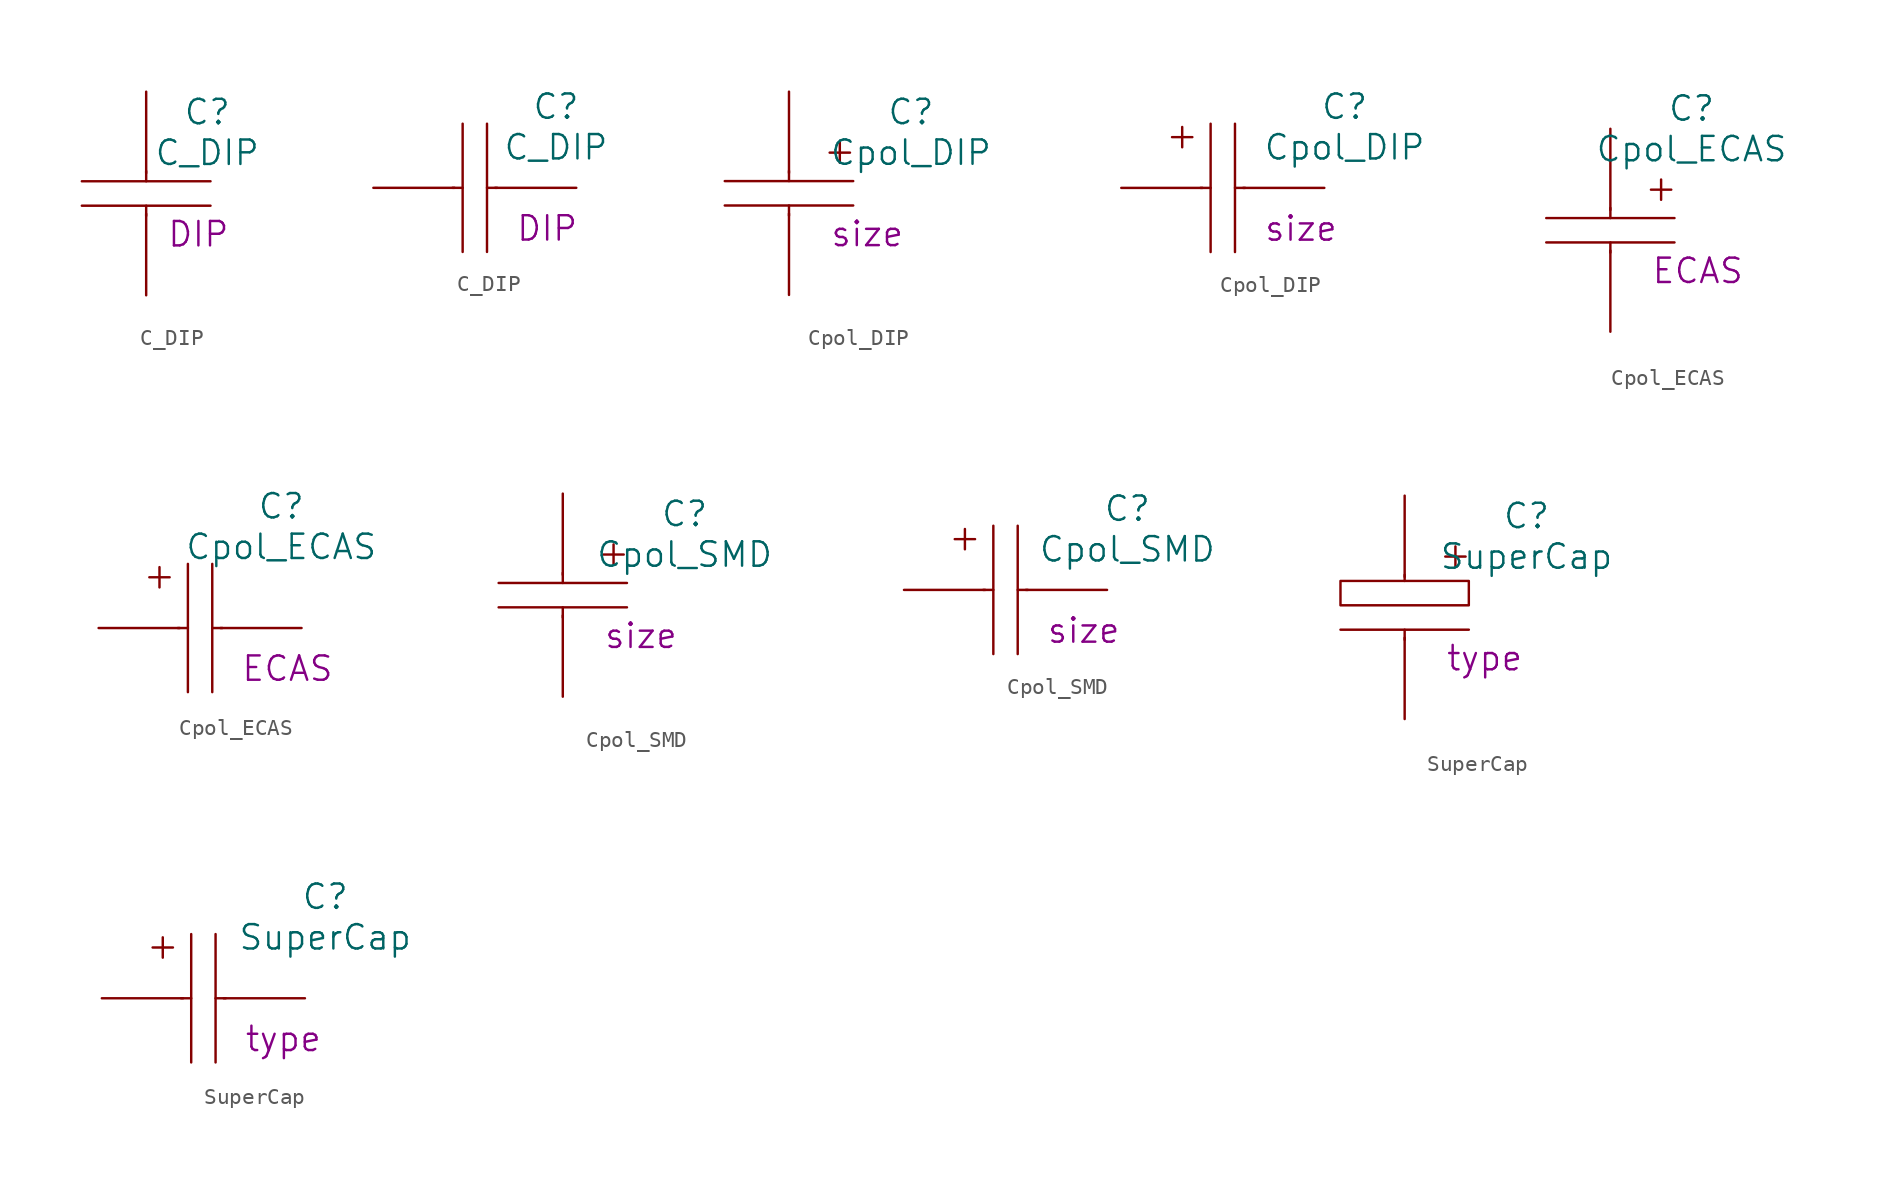
<source format=kicad_sym>
(kicad_symbol_lib
  (version 20220914)
  (generator kicad_symbol_editor)
  (symbol "C_DIP"
    (pin_numbers hide)
    (pin_names
      (offset 1.016) hide)
    (property "Reference" "C"
      (at 3.81 5.08 0)
      (effects (font (size 1.524 1.524))))
    (property "Value" "C_DIP"
      (at 3.81 2.54 0)
      (effects (font (size 1.524 1.524))))
    (property "Datasheet" ""
      (at 0 6.35 0)
      (effects (font (size 1.524 1.524))))
    (property "Size" "DIP"
      (at 1.27 -2.54 0)
      (effects (font (size 1.524 1.524)) (justify left)))
    (symbol "C_DIP_0_1"
      (polyline (pts (xy 0 -1.397) (xy 0 -0.762)) (stroke (width 0) (type solid)) (fill (type none)))
      (polyline (pts (xy 0 1.397) (xy 0 0.762)) (stroke (width 0) (type solid)) (fill (type none)))
      (polyline (pts (xy 4.013 -0.762) (xy -4.013 -0.762)) (stroke (width 0) (type solid)) (fill (type none)))
      (polyline (pts (xy 4.013 0.762) (xy -4.013 0.762)) (stroke (width 0) (type solid)) (fill (type none))))
    (symbol "C_DIP_0_2"
      (polyline (pts (xy -2.667 0) (xy -2.032 0)) (stroke (width 0) (type solid)) (fill (type none)))
      (polyline (pts (xy -2.032 4.013) (xy -2.032 -4.013)) (stroke (width 0) (type solid)) (fill (type none)))
      (polyline (pts (xy -0.508 4.013) (xy -0.508 -4.013)) (stroke (width 0) (type solid)) (fill (type none)))
      (polyline (pts (xy 0.127 0) (xy -0.508 0)) (stroke (width 0) (type solid)) (fill (type none))))
    (symbol "C_DIP_1_1"
      (pin passive line (at 0 6.35 270) (length 5.08) (name "~" (effects (font (size 1.27 1.27)))) (number "1" (effects (font (size 1.27 1.27)))))
      (pin passive line (at 0 -6.35 90) (length 5.08) (name "~" (effects (font (size 1.27 1.27)))) (number "2" (effects (font (size 1.27 1.27))))))
    (symbol "C_DIP_1_2"
      (pin passive line (at -7.62 0 0) (length 5.08) (name "~" (effects (font (size 1.27 1.27)))) (number "1" (effects (font (size 1.27 1.27)))))
      (pin passive line (at 5.08 0 180) (length 5.08) (name "~" (effects (font (size 1.27 1.27)))) (number "2" (effects (font (size 1.27 1.27)))))))
  (symbol "Cpol_DIP"
    (pin_numbers hide)
    (pin_names
      (offset 1.016) hide)
    (property "Reference" "C"
      (at 7.62 5.08 0)
      (effects (font (size 1.524 1.524))))
    (property "Value" "Cpol_DIP"
      (at 7.62 2.54 0)
      (effects (font (size 1.524 1.524))))
    (property "Datasheet" ""
      (at 0 6.35 0)
      (effects (font (size 1.524 1.524))))
    (property "Size" "size"
      (at 2.54 -2.54 0)
      (effects (font (size 1.524 1.524)) (justify left)))
    (symbol "Cpol_DIP_0_1"
      (polyline (pts (xy 0 -1.397) (xy 0 -0.762)) (stroke (width 0) (type solid)) (fill (type none)))
      (polyline (pts (xy 0 1.397) (xy 0 0.762)) (stroke (width 0) (type solid)) (fill (type none)))
      (polyline (pts (xy 3.175 1.905) (xy 3.175 3.175)) (stroke (width 0) (type solid)) (fill (type none)))
      (polyline (pts (xy 3.81 2.54) (xy 2.54 2.54)) (stroke (width 0) (type solid)) (fill (type none)))
      (polyline (pts (xy 4.013 -0.762) (xy -4.013 -0.762)) (stroke (width 0) (type solid)) (fill (type none)))
      (polyline (pts (xy 4.013 0.762) (xy -4.013 0.762)) (stroke (width 0) (type solid)) (fill (type none))))
    (symbol "Cpol_DIP_0_2"
      (polyline (pts (xy -2.54 3.81) (xy -2.54 2.54)) (stroke (width 0) (type solid)) (fill (type none)))
      (polyline (pts (xy -1.905 3.175) (xy -3.175 3.175)) (stroke (width 0) (type solid)) (fill (type none)))
      (polyline (pts (xy -1.397 0) (xy -0.762 0)) (stroke (width 0) (type solid)) (fill (type none)))
      (polyline (pts (xy -0.762 4.013) (xy -0.762 -4.013)) (stroke (width 0) (type solid)) (fill (type none)))
      (polyline (pts (xy 0.762 4.013) (xy 0.762 -4.013)) (stroke (width 0) (type solid)) (fill (type none)))
      (polyline (pts (xy 1.397 0) (xy 0.762 0)) (stroke (width 0) (type solid)) (fill (type none))))
    (symbol "Cpol_DIP_1_1"
      (pin passive line (at 0 6.35 270) (length 5.08) (name "~" (effects (font (size 1.27 1.27)))) (number "1" (effects (font (size 1.27 1.27)))))
      (pin passive line (at 0 -6.35 90) (length 5.08) (name "~" (effects (font (size 1.27 1.27)))) (number "2" (effects (font (size 1.27 1.27))))))
    (symbol "Cpol_DIP_1_2"
      (pin passive line (at -6.35 0 0) (length 5.08) (name "~" (effects (font (size 1.27 1.27)))) (number "1" (effects (font (size 1.27 1.27)))))
      (pin passive line (at 6.35 0 180) (length 5.08) (name "~" (effects (font (size 1.27 1.27)))) (number "2" (effects (font (size 1.27 1.27)))))))
  (symbol "Cpol_ECAS"
    (pin_numbers hide)
    (pin_names
      (offset 1.016) hide)
    (property "Reference" "C"
      (at 5.08 7.62 0)
      (effects (font (size 1.524 1.524))))
    (property "Value" "Cpol_ECAS"
      (at 5.08 5.08 0)
      (effects (font (size 1.524 1.524))))
    (property "Datasheet" ""
      (at 0 6.35 0)
      (effects (font (size 1.524 1.524))))
    (property "Type" "ECAS"
      (at 2.54 -2.54 0)
      (effects (font (size 1.524 1.524)) (justify left)))
    (symbol "Cpol_ECAS_0_1"
      (polyline (pts (xy 0 -1.397) (xy 0 -0.762)) (stroke (width 0) (type solid)) (fill (type none)))
      (polyline (pts (xy 0 1.397) (xy 0 0.762)) (stroke (width 0) (type solid)) (fill (type none)))
      (polyline (pts (xy 3.175 1.905) (xy 3.175 3.175)) (stroke (width 0) (type solid)) (fill (type none)))
      (polyline (pts (xy 3.81 2.54) (xy 2.54 2.54)) (stroke (width 0) (type solid)) (fill (type none)))
      (polyline (pts (xy 4.013 -0.762) (xy -4.013 -0.762)) (stroke (width 0) (type solid)) (fill (type none)))
      (polyline (pts (xy 4.013 0.762) (xy -4.013 0.762)) (stroke (width 0) (type solid)) (fill (type none))))
    (symbol "Cpol_ECAS_0_2"
      (polyline (pts (xy -2.54 3.81) (xy -2.54 2.54)) (stroke (width 0) (type solid)) (fill (type none)))
      (polyline (pts (xy -1.905 3.175) (xy -3.175 3.175)) (stroke (width 0) (type solid)) (fill (type none)))
      (polyline (pts (xy -1.397 0) (xy -0.762 0)) (stroke (width 0) (type solid)) (fill (type none)))
      (polyline (pts (xy -0.762 4.013) (xy -0.762 -4.013)) (stroke (width 0) (type solid)) (fill (type none)))
      (polyline (pts (xy 0.762 4.013) (xy 0.762 -4.013)) (stroke (width 0) (type solid)) (fill (type none)))
      (polyline (pts (xy 1.397 0) (xy 0.762 0)) (stroke (width 0) (type solid)) (fill (type none))))
    (symbol "Cpol_ECAS_1_1"
      (pin passive line (at 0 6.35 270) (length 5.08) (name "~" (effects (font (size 1.27 1.27)))) (number "1" (effects (font (size 1.27 1.27)))))
      (pin passive line (at 0 -6.35 90) (length 5.08) (name "~" (effects (font (size 1.27 1.27)))) (number "2" (effects (font (size 1.27 1.27))))))
    (symbol "Cpol_ECAS_1_2"
      (pin passive line (at -6.35 0 0) (length 5.08) (name "~" (effects (font (size 1.27 1.27)))) (number "1" (effects (font (size 1.27 1.27)))))
      (pin passive line (at 6.35 0 180) (length 5.08) (name "~" (effects (font (size 1.27 1.27)))) (number "2" (effects (font (size 1.27 1.27)))))))
  (symbol "Cpol_SMD"
    (pin_numbers hide)
    (pin_names
      (offset 1.016) hide)
    (property "Reference" "C"
      (at 7.62 5.08 0)
      (effects (font (size 1.524 1.524))))
    (property "Value" "Cpol_SMD"
      (at 7.62 2.54 0)
      (effects (font (size 1.524 1.524))))
    (property "Datasheet" ""
      (at 0 6.35 0)
      (effects (font (size 1.524 1.524))))
    (property "Size" "size"
      (at 2.54 -2.54 0)
      (effects (font (size 1.524 1.524)) (justify left)))
    (symbol "Cpol_SMD_0_1"
      (polyline (pts (xy 0 -1.397) (xy 0 -0.762)) (stroke (width 0) (type solid)) (fill (type none)))
      (polyline (pts (xy 0 1.397) (xy 0 0.762)) (stroke (width 0) (type solid)) (fill (type none)))
      (polyline (pts (xy 3.175 1.905) (xy 3.175 3.175)) (stroke (width 0) (type solid)) (fill (type none)))
      (polyline (pts (xy 3.81 2.54) (xy 2.54 2.54)) (stroke (width 0) (type solid)) (fill (type none)))
      (polyline (pts (xy 4.013 -0.762) (xy -4.013 -0.762)) (stroke (width 0) (type solid)) (fill (type none)))
      (polyline (pts (xy 4.013 0.762) (xy -4.013 0.762)) (stroke (width 0) (type solid)) (fill (type none))))
    (symbol "Cpol_SMD_0_2"
      (polyline (pts (xy -2.54 3.81) (xy -2.54 2.54)) (stroke (width 0) (type solid)) (fill (type none)))
      (polyline (pts (xy -1.905 3.175) (xy -3.175 3.175)) (stroke (width 0) (type solid)) (fill (type none)))
      (polyline (pts (xy -1.397 0) (xy -0.762 0)) (stroke (width 0) (type solid)) (fill (type none)))
      (polyline (pts (xy -0.762 4.013) (xy -0.762 -4.013)) (stroke (width 0) (type solid)) (fill (type none)))
      (polyline (pts (xy 0.762 4.013) (xy 0.762 -4.013)) (stroke (width 0) (type solid)) (fill (type none)))
      (polyline (pts (xy 1.397 0) (xy 0.762 0)) (stroke (width 0) (type solid)) (fill (type none))))
    (symbol "Cpol_SMD_1_1"
      (pin passive line (at 0 6.35 270) (length 5.08) (name "~" (effects (font (size 1.27 1.27)))) (number "1" (effects (font (size 1.27 1.27)))))
      (pin passive line (at 0 -6.35 90) (length 5.08) (name "~" (effects (font (size 1.27 1.27)))) (number "2" (effects (font (size 1.27 1.27))))))
    (symbol "Cpol_SMD_1_2"
      (pin passive line (at -6.35 0 0) (length 5.08) (name "~" (effects (font (size 1.27 1.27)))) (number "1" (effects (font (size 1.27 1.27)))))
      (pin passive line (at 6.35 0 180) (length 5.08) (name "~" (effects (font (size 1.27 1.27)))) (number "2" (effects (font (size 1.27 1.27)))))))
  (symbol "SuperCap"
    (pin_numbers hide)
    (pin_names
      (offset 1.016) hide)
    (property "Reference" "C"
      (at 7.62 6.35 0)
      (effects (font (size 1.524 1.524))))
    (property "Value" "SuperCap"
      (at 7.62 3.81 0)
      (effects (font (size 1.524 1.524))))
    (property "Datasheet" ""
      (at 0 7.62 0)
      (effects (font (size 1.524 1.524))))
    (property "Type" "type"
      (at 2.54 -2.54 0)
      (effects (font (size 1.524 1.524)) (justify left)))
    (symbol "SuperCap_0_1"
      (polyline (pts (xy 0 -1.397) (xy 0 -0.762)) (stroke (width 0) (type solid)) (fill (type none)))
      (polyline (pts (xy 0 2.667) (xy 0 2.286)) (stroke (width 0) (type solid)) (fill (type none)))
      (polyline (pts (xy 3.175 3.175) (xy 3.175 4.445)) (stroke (width 0) (type solid)) (fill (type none)))
      (polyline (pts (xy 3.81 3.81) (xy 2.54 3.81)) (stroke (width 0) (type solid)) (fill (type none)))
      (polyline (pts (xy 4.013 -0.762) (xy -4.013 -0.762)) (stroke (width 0) (type solid)) (fill (type none)))
      (rectangle (start 4.013 0.762) (end -4.013 2.286) (stroke (width 0) (type solid)) (fill (type none))))
    (symbol "SuperCap_0_2"
      (polyline (pts (xy -2.54 3.81) (xy -2.54 2.54)) (stroke (width 0) (type solid)) (fill (type none)))
      (polyline (pts (xy -1.905 3.175) (xy -3.175 3.175)) (stroke (width 0) (type solid)) (fill (type none)))
      (polyline (pts (xy -1.397 0) (xy -0.762 0)) (stroke (width 0) (type solid)) (fill (type none)))
      (polyline (pts (xy -0.762 4.013) (xy -0.762 -4.013)) (stroke (width 0) (type solid)) (fill (type none)))
      (polyline (pts (xy 0.762 4.013) (xy 0.762 -4.013)) (stroke (width 0) (type solid)) (fill (type none)))
      (polyline (pts (xy 1.397 0) (xy 0.762 0)) (stroke (width 0) (type solid)) (fill (type none))))
    (symbol "SuperCap_1_1"
      (pin passive line (at 0 7.62 270) (length 5.08) (name "~" (effects (font (size 1.27 1.27)))) (number "1" (effects (font (size 1.27 1.27)))))
      (pin passive line (at 0 -6.35 90) (length 5.08) (name "~" (effects (font (size 1.27 1.27)))) (number "2" (effects (font (size 1.27 1.27))))))
    (symbol "SuperCap_1_2"
      (pin passive line (at -6.35 0 0) (length 5.08) (name "~" (effects (font (size 1.27 1.27)))) (number "1" (effects (font (size 1.27 1.27)))))
      (pin passive line (at 6.35 0 180) (length 5.08) (name "~" (effects (font (size 1.27 1.27)))) (number "2" (effects (font (size 1.27 1.27))))))))
</source>
